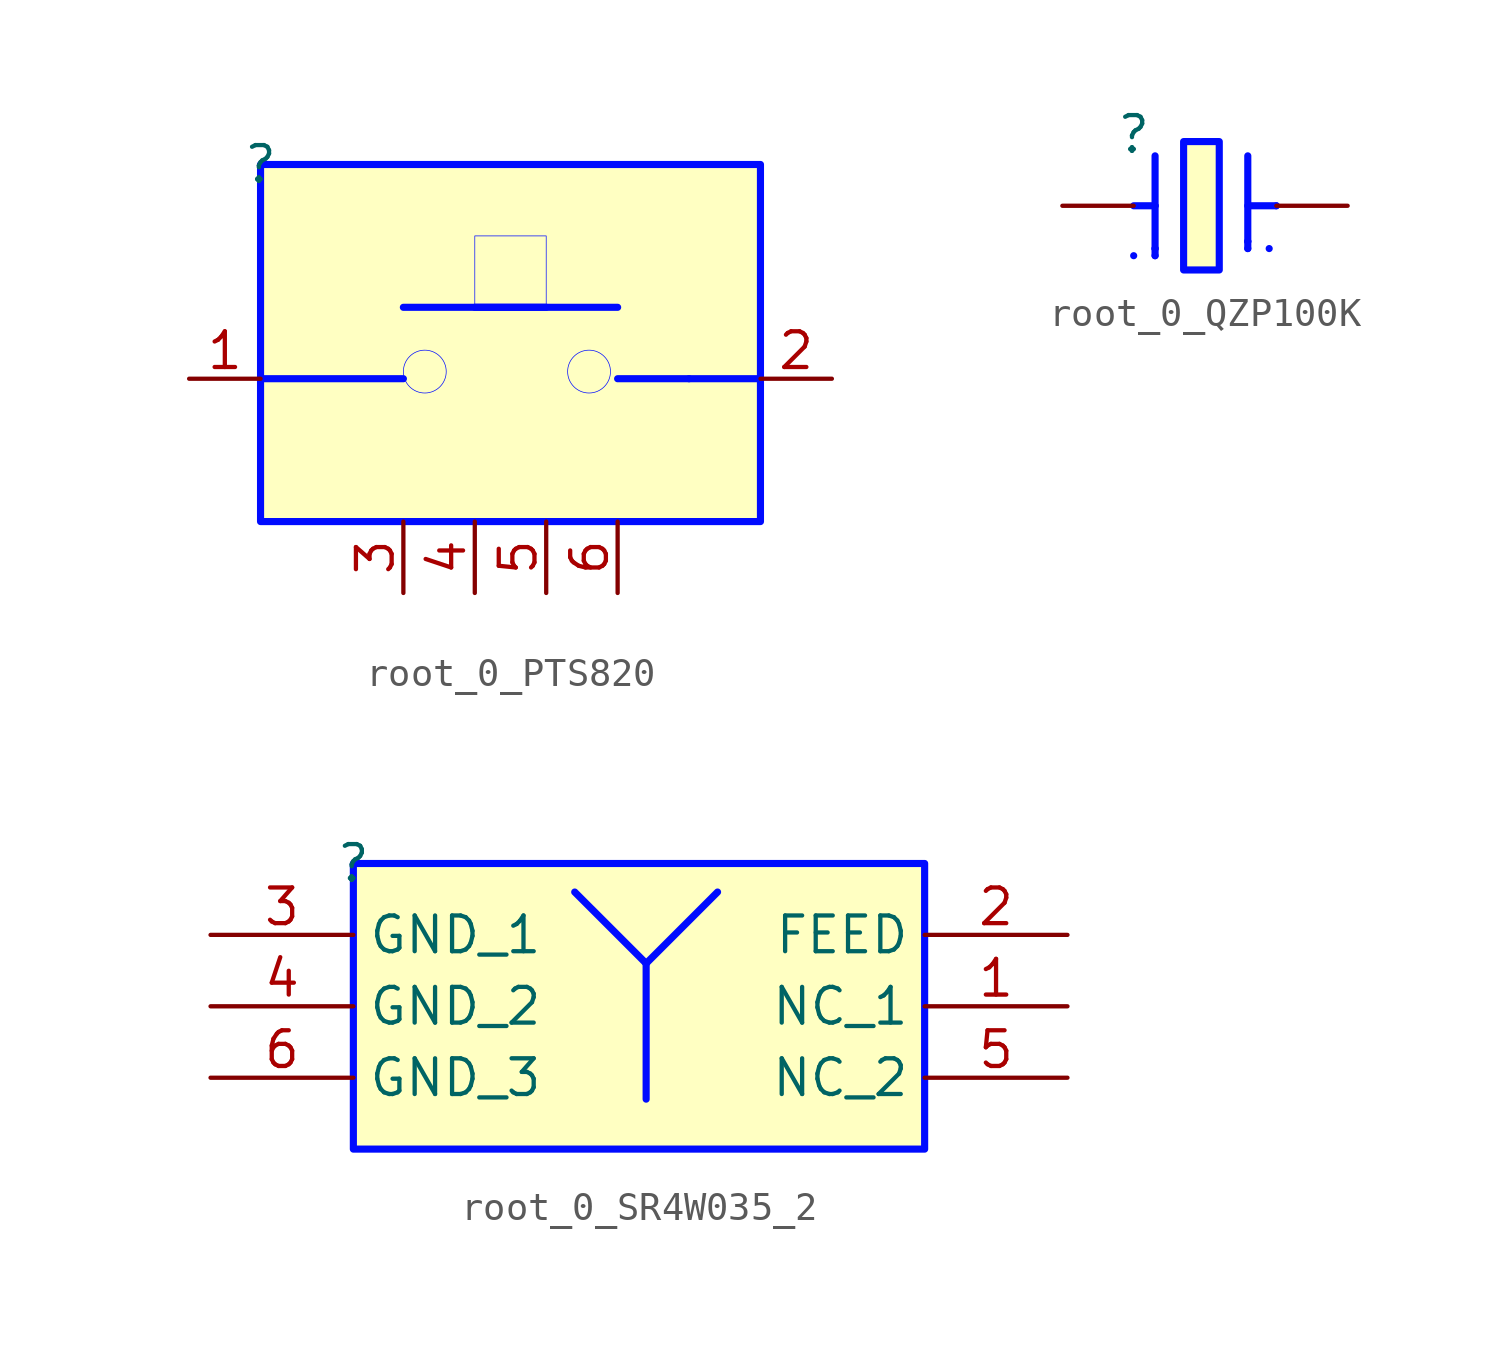
<source format=kicad_sym>
(kicad_symbol_lib
  (version 20231120)
  (generator "kicad_symbol_editor")
  (generator_version "8.0")
  (symbol "root_0_PTS820"
    (property "Reference" ""
      (at 0 0 0)
      (effects (font (size 1.27 1.27))))
    (property "Value" ""
      (at 0 0 0)
      (effects (font (size 1.27 1.27))))
    (symbol "root_0_PTS820_1_0"
      (polyline (pts (xy 0 -7.62) (xy 5.08 -7.62)) (stroke (width 0.254) (type solid) (color 0 11 255 1)) (fill (type none)))
      (polyline (pts (xy 5.08 -5.08) (xy 12.7 -5.08)) (stroke (width 0.254) (type solid) (color 0 11 255 1)) (fill (type none)))
      (polyline (pts (xy 10.16 -5.08) (xy 7.62 -5.08)) (stroke (width 0.254) (type solid) (color 0 11 255 1)) (fill (type none)))
      (polyline (pts (xy 15.24 -7.62) (xy 12.7 -7.62)) (stroke (width 0.254) (type solid) (color 0 11 255 1)) (fill (type none)))
      (polyline (pts (xy 17.78 -7.62) (xy 15.24 -7.62)) (stroke (width 0.254) (type solid) (color 0 11 255 1)) (fill (type none)))
      (polyline (pts (xy 7.62 -5.08) (xy 10.16 -5.08) (xy 10.16 -2.54) (xy 7.62 -2.54) (xy 7.62 -5.08) (xy 7.62 -5.08)) (stroke (width 0.025) (type solid) (color 0 11 255 1)) (fill (type color) (color 0 0 255 1)))
      (circle (center 5.842 -7.366) (radius 0.762) (stroke (width 0.025) (type solid) (color 0 11 255 1)) (fill (type none)))
      (circle (center 11.684 -7.366) (radius 0.762) (stroke (width 0.025) (type solid) (color 0 11 255 1)) (fill (type none)))
      (rectangle (start 17.78 0) (end 0 -12.7) (stroke (width 0.254) (type solid) (color 0 11 255 1)) (fill (type background)))
      (pin passive line (at -2.54 -7.62 0) (length 2.54) (name "p1" (effects (font (size 0 0)))) (number "1" (effects (font (size 1.27 1.27)))))
      (pin passive line (at 20.32 -7.62 180) (length 2.54) (name "p2" (effects (font (size 0 0)))) (number "2" (effects (font (size 1.27 1.27)))))
      (pin passive line (at 5.08 -15.24 90) (length 2.54) (name "p3" (effects (font (size 0 0)))) (number "3" (effects (font (size 1.27 1.27)))))
      (pin passive line (at 7.62 -15.24 90) (length 2.54) (name "p4" (effects (font (size 0 0)))) (number "4" (effects (font (size 1.27 1.27)))))
      (pin passive line (at 10.16 -15.24 90) (length 2.54) (name "p5" (effects (font (size 0 0)))) (number "5" (effects (font (size 1.27 1.27)))))
      (pin passive line (at 12.7 -15.24 90) (length 2.54) (name "p6" (effects (font (size 0 0)))) (number "6" (effects (font (size 1.27 1.27)))))))
  (symbol "root_0_QZP100K"
    (property "Reference" ""
      (at 0 0 0)
      (effects (font (size 1.27 1.27))))
    (property "Value" ""
      (at 0 0 0)
      (effects (font (size 1.27 1.27))))
    (symbol "root_0_QZP100K_1_0"
      (polyline (pts (xy 0 -4.318) (xy 0 -4.318)) (stroke (width 0.254) (type solid) (color 0 11 255 1)) (fill (type none)))
      (polyline (pts (xy 0 -2.54) (xy 0.762 -2.54)) (stroke (width 0.254) (type solid) (color 0 11 255 1)) (fill (type none)))
      (polyline (pts (xy 0.762 -4.318) (xy 0.762 -4.318)) (stroke (width 0.254) (type solid) (color 0 11 255 1)) (fill (type none)))
      (polyline (pts (xy 0.762 -4.064) (xy 0.762 -4.318)) (stroke (width 0.254) (type solid) (color 0 11 255 1)) (fill (type none)))
      (polyline (pts (xy 0.762 -4.064) (xy 0.762 -4.064)) (stroke (width 0.254) (type solid) (color 0 11 255 1)) (fill (type none)))
      (polyline (pts (xy 0.762 -2.54) (xy 0.762 -2.54)) (stroke (width 0.254) (type solid) (color 0 11 255 1)) (fill (type none)))
      (polyline (pts (xy 0.762 -0.762) (xy 0.762 -4.064)) (stroke (width 0.254) (type solid) (color 0 11 255 1)) (fill (type none)))
      (polyline (pts (xy 4.064 -4.064) (xy 4.064 -4.064)) (stroke (width 0.254) (type solid) (color 0 11 255 1)) (fill (type none)))
      (polyline (pts (xy 4.064 -3.81) (xy 4.064 -4.064)) (stroke (width 0.254) (type solid) (color 0 11 255 1)) (fill (type none)))
      (polyline (pts (xy 4.064 -3.81) (xy 4.064 -3.81)) (stroke (width 0.254) (type solid) (color 0 11 255 1)) (fill (type none)))
      (polyline (pts (xy 4.064 -2.54) (xy 5.08 -2.54)) (stroke (width 0.254) (type solid) (color 0 11 255 1)) (fill (type none)))
      (polyline (pts (xy 4.064 -0.762) (xy 4.064 -3.81)) (stroke (width 0.254) (type solid) (color 0 11 255 1)) (fill (type none)))
      (polyline (pts (xy 4.826 -4.064) (xy 4.826 -4.064)) (stroke (width 0.254) (type solid) (color 0 11 255 1)) (fill (type none)))
      (polyline (pts (xy 5.08 -2.54) (xy 5.08 -2.54)) (stroke (width 0.254) (type solid) (color 0 11 255 1)) (fill (type none)))
      (rectangle (start 3.048 -0.254) (end 1.778 -4.826) (stroke (width 0.254) (type solid) (color 0 11 255 1)) (fill (type background)))
      (pin passive line (at -2.54 -2.54 0) (length 2.54) (name "1" (effects (font (size 0 0)))) (number "1" (effects (font (size 0 0)))))
      (pin passive line (at 7.62 -2.54 180) (length 2.54) (name "2" (effects (font (size 0 0)))) (number "2" (effects (font (size 0 0)))))))
  (symbol "root_0_SR4W035_2"
    (property "Reference" ""
      (at 0 0 0)
      (effects (font (size 1.27 1.27))))
    (property "Value" ""
      (at 0 0 0)
      (effects (font (size 1.27 1.27))))
    (symbol "root_0_SR4W035_2_1_0"
      (polyline (pts (xy 10.414 -8.382) (xy 10.414 -3.556)) (stroke (width 0.254) (type solid) (color 0 11 255 1)) (fill (type none)))
      (polyline (pts (xy 10.414 -3.556) (xy 7.874 -1.016)) (stroke (width 0.254) (type solid) (color 0 11 255 1)) (fill (type none)))
      (polyline (pts (xy 10.414 -3.556) (xy 12.954 -1.016)) (stroke (width 0.254) (type solid) (color 0 11 255 1)) (fill (type none)))
      (rectangle (start 20.32 0) (end 0 -10.16) (stroke (width 0.254) (type solid) (color 0 11 255 1)) (fill (type background)))
      (pin passive line (at 25.4 -5.08 180) (length 5.08) (name "NC_1" (effects (font (size 1.27 1.27)))) (number "1" (effects (font (size 1.27 1.27)))))
      (pin passive line (at 25.4 -2.54 180) (length 5.08) (name "FEED" (effects (font (size 1.27 1.27)))) (number "2" (effects (font (size 1.27 1.27)))))
      (pin passive line (at -5.08 -2.54 0) (length 5.08) (name "GND_1" (effects (font (size 1.27 1.27)))) (number "3" (effects (font (size 1.27 1.27)))))
      (pin passive line (at -5.08 -5.08 0) (length 5.08) (name "GND_2" (effects (font (size 1.27 1.27)))) (number "4" (effects (font (size 1.27 1.27)))))
      (pin passive line (at 25.4 -7.62 180) (length 5.08) (name "NC_2" (effects (font (size 1.27 1.27)))) (number "5" (effects (font (size 1.27 1.27)))))
      (pin passive line (at -5.08 -7.62 0) (length 5.08) (name "GND_3" (effects (font (size 1.27 1.27)))) (number "6" (effects (font (size 1.27 1.27))))))))
</source>
